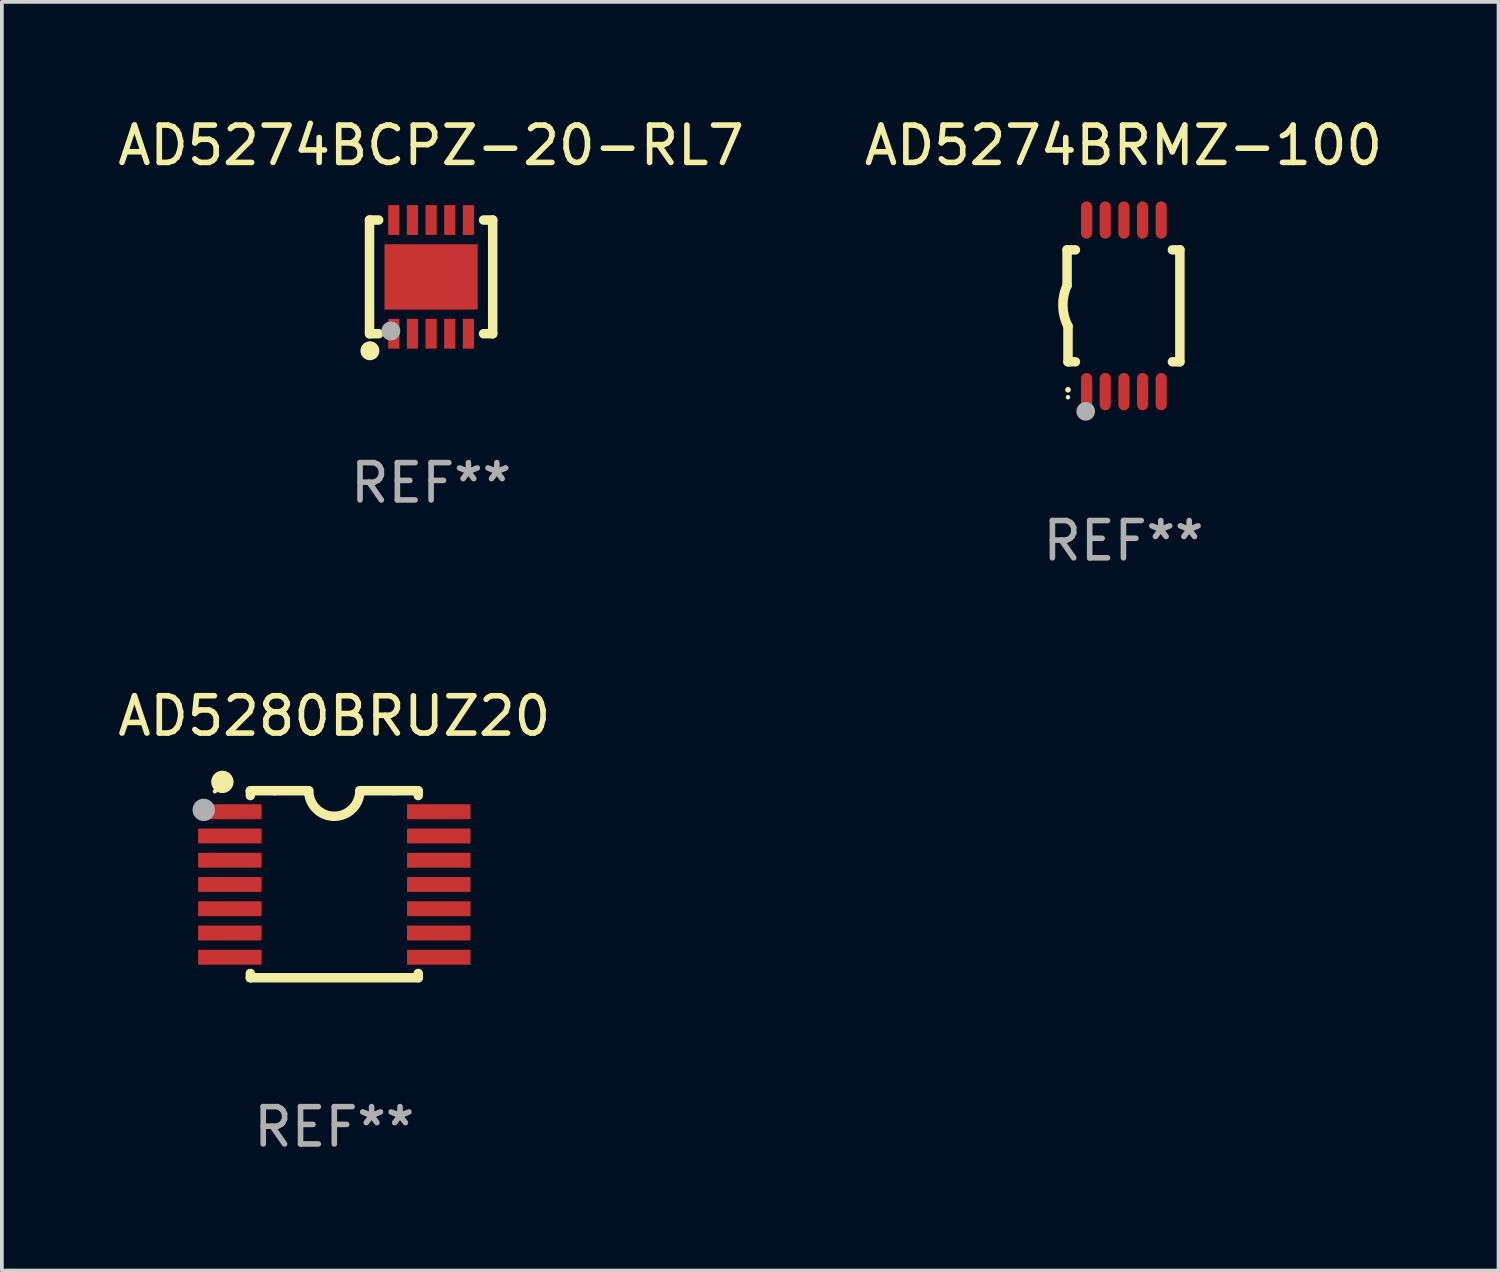
<source format=kicad_pcb>
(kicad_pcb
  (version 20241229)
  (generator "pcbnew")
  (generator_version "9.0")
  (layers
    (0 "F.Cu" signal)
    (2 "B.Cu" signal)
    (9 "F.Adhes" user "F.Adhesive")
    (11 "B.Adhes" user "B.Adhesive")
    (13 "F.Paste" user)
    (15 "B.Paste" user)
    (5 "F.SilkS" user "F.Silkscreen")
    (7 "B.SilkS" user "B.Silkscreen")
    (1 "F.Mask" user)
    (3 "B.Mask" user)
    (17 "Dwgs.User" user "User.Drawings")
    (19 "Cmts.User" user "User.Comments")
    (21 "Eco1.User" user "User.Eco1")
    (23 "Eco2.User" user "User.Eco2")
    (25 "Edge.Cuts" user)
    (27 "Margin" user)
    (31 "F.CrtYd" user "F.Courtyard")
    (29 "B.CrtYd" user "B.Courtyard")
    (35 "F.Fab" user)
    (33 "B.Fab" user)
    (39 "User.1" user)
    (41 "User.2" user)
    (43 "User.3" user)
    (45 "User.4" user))
  (footprint "AD5280BRUZ20"
    (layer "F.Cu")
    (at 5.911 20.652)
    (property "Reference" "AD5280BRUZ20" (at 0 -4.507 0) (layer "F.SilkS") (effects (font (size 1 1) (thickness 0.15))))
    (attr through_hole)
    (fp_line (start -2.25 -2.377) (end -2.25 -2.493) (stroke (width 0.254) (type solid)) (layer "F.SilkS"))
    (fp_line (start -2.25 2.507) (end -2.25 2.392) (stroke (width 0.254) (type solid)) (layer "F.SilkS"))
    (fp_line (start -1.6 -2.507) (end -2.25 -2.507) (stroke (width 0.254) (type solid)) (layer "F.SilkS"))
    (fp_line (start -1.6 -2.507) (end -0.686 -2.507) (stroke (width 0.254) (type solid)) (layer "F.SilkS"))
    (fp_line (start 0.686 -2.507) (end 1.6 -2.507) (stroke (width 0.254) (type solid)) (layer "F.SilkS"))
    (fp_line (start 1.6 -2.507) (end 2.25 -2.507) (stroke (width 0.254) (type solid)) (layer "F.SilkS"))
    (fp_line (start 2.25 -2.493) (end 2.25 -2.377) (stroke (width 0.254) (type solid)) (layer "F.SilkS"))
    (fp_line (start 2.25 2.392) (end 2.25 2.507) (stroke (width 0.254) (type solid)) (layer "F.SilkS"))
    (fp_line (start 2.25 2.507) (end -2.25 2.507) (stroke (width 0.254) (type solid)) (layer "F.SilkS"))
    (fp_arc (start 0.685852 -2.507303) (mid 0.000051 -1.821502) (end -0.68575 -2.507303) (stroke (width 0.254001) (type solid)) (layer "F.SilkS"))
    (fp_circle (center -3.2 -2.493) (end -3.17 -2.493) (stroke (width 0.06) (type solid)) (fill no) (layer "F.SilkS"))
    (fp_circle (center -3 -2.743) (end -2.85 -2.743) (stroke (width 0.3) (type solid)) (fill no) (layer "F.SilkS"))
    (fp_circle (center -3.5 -1.993) (end -3.35 -1.993) (stroke (width 0.3) (type solid)) (fill no) (layer "F.Fab"))
    (fp_text user "REF**" (at 0 6.507 0) (layer "F.Fab") (effects (font (size 1 1) (thickness 0.15))))
    (pad "1" smd rect (at -2.8 -1.943) (size 1.7 0.4) (layers "F.Cu" "F.Mask" "F.Paste"))
    (pad "2" smd rect (at -2.8 -1.293) (size 1.7 0.4) (layers "F.Cu" "F.Mask" "F.Paste"))
    (pad "3" smd rect (at -2.8 -0.643) (size 1.7 0.4) (layers "F.Cu" "F.Mask" "F.Paste"))
    (pad "4" smd rect (at -2.8 0.007) (size 1.7 0.4) (layers "F.Cu" "F.Mask" "F.Paste"))
    (pad "5" smd rect (at -2.8 0.657) (size 1.7 0.4) (layers "F.Cu" "F.Mask" "F.Paste"))
    (pad "6" smd rect (at -2.8 1.307) (size 1.7 0.4) (layers "F.Cu" "F.Mask" "F.Paste"))
    (pad "7" smd rect (at -2.8 1.957) (size 1.7 0.4) (layers "F.Cu" "F.Mask" "F.Paste"))
    (pad "8" smd rect (at 2.8 1.957) (size 1.7 0.4) (layers "F.Cu" "F.Mask" "F.Paste"))
    (pad "9" smd rect (at 2.8 1.307) (size 1.7 0.4) (layers "F.Cu" "F.Mask" "F.Paste"))
    (pad "10" smd rect (at 2.8 0.657) (size 1.7 0.4) (layers "F.Cu" "F.Mask" "F.Paste"))
    (pad "11" smd rect (at 2.8 0.007) (size 1.7 0.4) (layers "F.Cu" "F.Mask" "F.Paste"))
    (pad "12" smd rect (at 2.8 -0.643) (size 1.7 0.4) (layers "F.Cu" "F.Mask" "F.Paste"))
    (pad "13" smd rect (at 2.8 -1.293) (size 1.7 0.4) (layers "F.Cu" "F.Mask" "F.Paste"))
    (pad "14" smd rect (at 2.8 -1.943) (size 1.7 0.4) (layers "F.Cu" "F.Mask" "F.Paste")))
  (footprint "AD5274BRMZ-100"
    (layer "F.Cu")
    (at 27.065 5.148)
    (property "Reference" "AD5274BRMZ-100" (at 0 -4.3 0) (layer "F.SilkS") (effects (font (size 1 1) (thickness 0.15))))
    (attr through_hole)
    (fp_line (start -1.512 -1.5) (end -1.512 -0.546) (stroke (width 0.254) (type solid)) (layer "F.SilkS"))
    (fp_line (start -1.487 0.546) (end -1.487 1.5) (stroke (width 0.254) (type solid)) (layer "F.SilkS"))
    (fp_line (start -1.288 -1.5) (end -1.512 -1.5) (stroke (width 0.254) (type solid)) (layer "F.SilkS"))
    (fp_line (start -1.288 1.5) (end -1.487 1.5) (stroke (width 0.254) (type solid)) (layer "F.SilkS"))
    (fp_line (start 1.512 -1.5) (end 1.312 -1.5) (stroke (width 0.254) (type solid)) (layer "F.SilkS"))
    (fp_line (start 1.512 -1.5) (end 1.512 1.5) (stroke (width 0.254) (type solid)) (layer "F.SilkS"))
    (fp_line (start 1.512 1.5) (end 1.312 1.5) (stroke (width 0.254) (type solid)) (layer "F.SilkS"))
    (fp_arc (start -1.487998 2.250013) (mid -1.486728 2.250007) (end -1.485458 2.250013) (stroke (width 0.150013) (type solid)) (layer "F.SilkS"))
    (fp_arc (start -1.486602 0.546102) (mid -1.624196 0.002905) (end -1.512002 -0.546101) (stroke (width 0.254001) (type solid)) (layer "F.SilkS"))
    (fp_circle (center -1.488 2.45) (end -1.458 2.45) (stroke (width 0.06) (type solid)) (fill no) (layer "F.SilkS"))
    (fp_circle (center -1.012 2.828) (end -0.887 2.828) (stroke (width 0.25) (type solid)) (fill no) (layer "F.Fab"))
    (fp_text user "REF**" (at 0 6.3 0) (layer "F.Fab") (effects (font (size 1 1) (thickness 0.15))))
    (pad "1" smd oval (at -0.988 2.3) (size 0.3 1) (layers "F.Cu" "F.Mask" "F.Paste"))
    (pad "2" smd oval (at -0.488 2.3) (size 0.3 1) (layers "F.Cu" "F.Mask" "F.Paste"))
    (pad "3" smd oval (at 0.012 2.3) (size 0.3 1) (layers "F.Cu" "F.Mask" "F.Paste"))
    (pad "4" smd oval (at 0.512 2.3) (size 0.3 1) (layers "F.Cu" "F.Mask" "F.Paste"))
    (pad "5" smd oval (at 1.012 2.3) (size 0.3 1) (layers "F.Cu" "F.Mask" "F.Paste"))
    (pad "6" smd oval (at 1.012 -2.3) (size 0.3 1) (layers "F.Cu" "F.Mask" "F.Paste"))
    (pad "7" smd oval (at 0.512 -2.3) (size 0.3 1) (layers "F.Cu" "F.Mask" "F.Paste"))
    (pad "8" smd oval (at 0.012 -2.3) (size 0.3 1) (layers "F.Cu" "F.Mask" "F.Paste"))
    (pad "9" smd oval (at -0.488 -2.3) (size 0.3 1) (layers "F.Cu" "F.Mask" "F.Paste"))
    (pad "10" smd oval (at -0.988 -2.3) (size 0.3 1) (layers "F.Cu" "F.Mask" "F.Paste")))
  (footprint "AD5274BCPZ-20-RL7"
    (layer "F.Cu")
    (at 8.506 4.372)
    (property "Reference" "AD5274BCPZ-20-RL7" (at 0 -3.524 0) (layer "F.SilkS") (effects (font (size 1 1) (thickness 0.15))))
    (attr through_hole)
    (fp_line (start -1.651 -1.524) (end -1.651 1.524) (stroke (width 0.254) (type solid)) (layer "F.SilkS"))
    (fp_line (start -1.651 1.524) (end -1.406 1.524) (stroke (width 0.254) (type solid)) (layer "F.SilkS"))
    (fp_line (start -1.406 -1.524) (end -1.651 -1.524) (stroke (width 0.254) (type solid)) (layer "F.SilkS"))
    (fp_line (start 1.406 1.524) (end 1.651 1.524) (stroke (width 0.254) (type solid)) (layer "F.SilkS"))
    (fp_line (start 1.651 -1.524) (end 1.406 -1.524) (stroke (width 0.254) (type solid)) (layer "F.SilkS"))
    (fp_line (start 1.651 1.524) (end 1.651 -1.524) (stroke (width 0.254) (type solid)) (layer "F.SilkS"))
    (fp_circle (center -1.64 1.98) (end -1.513 1.98) (stroke (width 0.254) (type solid)) (fill no) (layer "F.SilkS"))
    (fp_circle (center -1.5 1.5) (end -1.47 1.5) (stroke (width 0.06) (type solid)) (fill no) (layer "F.SilkS"))
    (fp_circle (center -1.08 1.45) (end -0.953 1.45) (stroke (width 0.254) (type solid)) (fill no) (layer "F.Fab"))
    (fp_text user "REF**" (at 0 5.524 0) (layer "F.Fab") (effects (font (size 1 1) (thickness 0.15))))
    (pad "1" smd rect (at -1 1.524) (size 0.3 0.8) (layers "F.Cu" "F.Mask" "F.Paste"))
    (pad "2" smd rect (at -0.5 1.524) (size 0.3 0.8) (layers "F.Cu" "F.Mask" "F.Paste"))
    (pad "3" smd rect (at 0 1.524) (size 0.3 0.8) (layers "F.Cu" "F.Mask" "F.Paste"))
    (pad "4" smd rect (at 0.5 1.524) (size 0.3 0.8) (layers "F.Cu" "F.Mask" "F.Paste"))
    (pad "5" smd rect (at 1 1.524) (size 0.3 0.8) (layers "F.Cu" "F.Mask" "F.Paste"))
    (pad "6" smd rect (at 1 -1.524) (size 0.3 0.8) (layers "F.Cu" "F.Mask" "F.Paste"))
    (pad "7" smd rect (at 0.5 -1.524) (size 0.3 0.8) (layers "F.Cu" "F.Mask" "F.Paste"))
    (pad "8" smd rect (at 0 -1.524) (size 0.3 0.8) (layers "F.Cu" "F.Mask" "F.Paste"))
    (pad "9" smd rect (at -0.5 -1.524) (size 0.3 0.8) (layers "F.Cu" "F.Mask" "F.Paste"))
    (pad "10" smd rect (at -1 -1.524) (size 0.3 0.8) (layers "F.Cu" "F.Mask" "F.Paste"))
    (pad "11" smd rect (at 0 0) (size 2.5 1.75) (layers "F.Cu" "F.Mask" "F.Paste")))
  (gr_rect
    (start -3 -3)
    (end 37.119 31.008)
    (stroke (width 0.1) (type default))
    (fill no)
    (layer "Edge.Cuts")))
</source>
